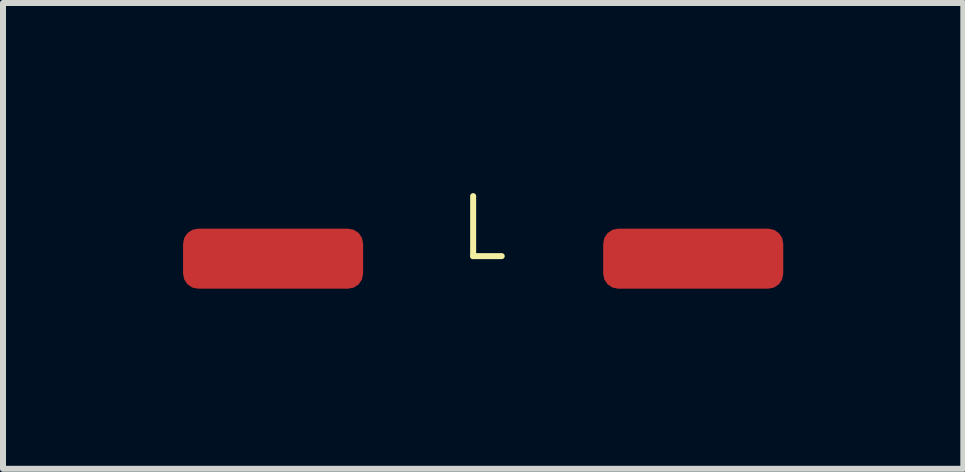
<source format=kicad_pcb>
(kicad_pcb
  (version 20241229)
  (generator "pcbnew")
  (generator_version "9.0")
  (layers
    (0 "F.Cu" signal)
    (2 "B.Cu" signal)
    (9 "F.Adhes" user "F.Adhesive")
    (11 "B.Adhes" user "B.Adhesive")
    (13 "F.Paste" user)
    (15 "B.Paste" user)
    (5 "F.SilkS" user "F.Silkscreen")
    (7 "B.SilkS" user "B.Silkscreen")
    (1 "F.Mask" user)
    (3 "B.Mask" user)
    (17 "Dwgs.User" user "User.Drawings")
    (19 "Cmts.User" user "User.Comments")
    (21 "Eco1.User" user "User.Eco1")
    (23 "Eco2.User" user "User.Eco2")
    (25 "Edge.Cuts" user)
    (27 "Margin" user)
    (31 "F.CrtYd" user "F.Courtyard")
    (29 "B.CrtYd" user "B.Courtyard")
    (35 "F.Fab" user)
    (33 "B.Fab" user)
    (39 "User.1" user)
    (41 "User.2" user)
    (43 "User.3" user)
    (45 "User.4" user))
  (footprint "L"
    (layer "F.Cu")
    (at 5 1.26)
    (property "Reference" "L" (at 0 -0.5 0) (unlocked yes) (layer "F.SilkS") (effects (font (size 1 1) (thickness 0.1))))
    (attr smd)
    (pad "1" smd roundrect (at -3.5 0) (size 3 1) (layers "F.Cu" "F.Mask" "F.Paste") (roundrect_rratio 0.25))
    (pad "2" smd roundrect (at 3.5 0) (size 3 1) (layers "F.Cu" "F.Mask" "F.Paste") (roundrect_rratio 0.25)))
  (gr_rect
    (start -3 -3)
    (end 13 4.761)
    (stroke (width 0.1) (type default))
    (fill no)
    (layer "Edge.Cuts")))
</source>
